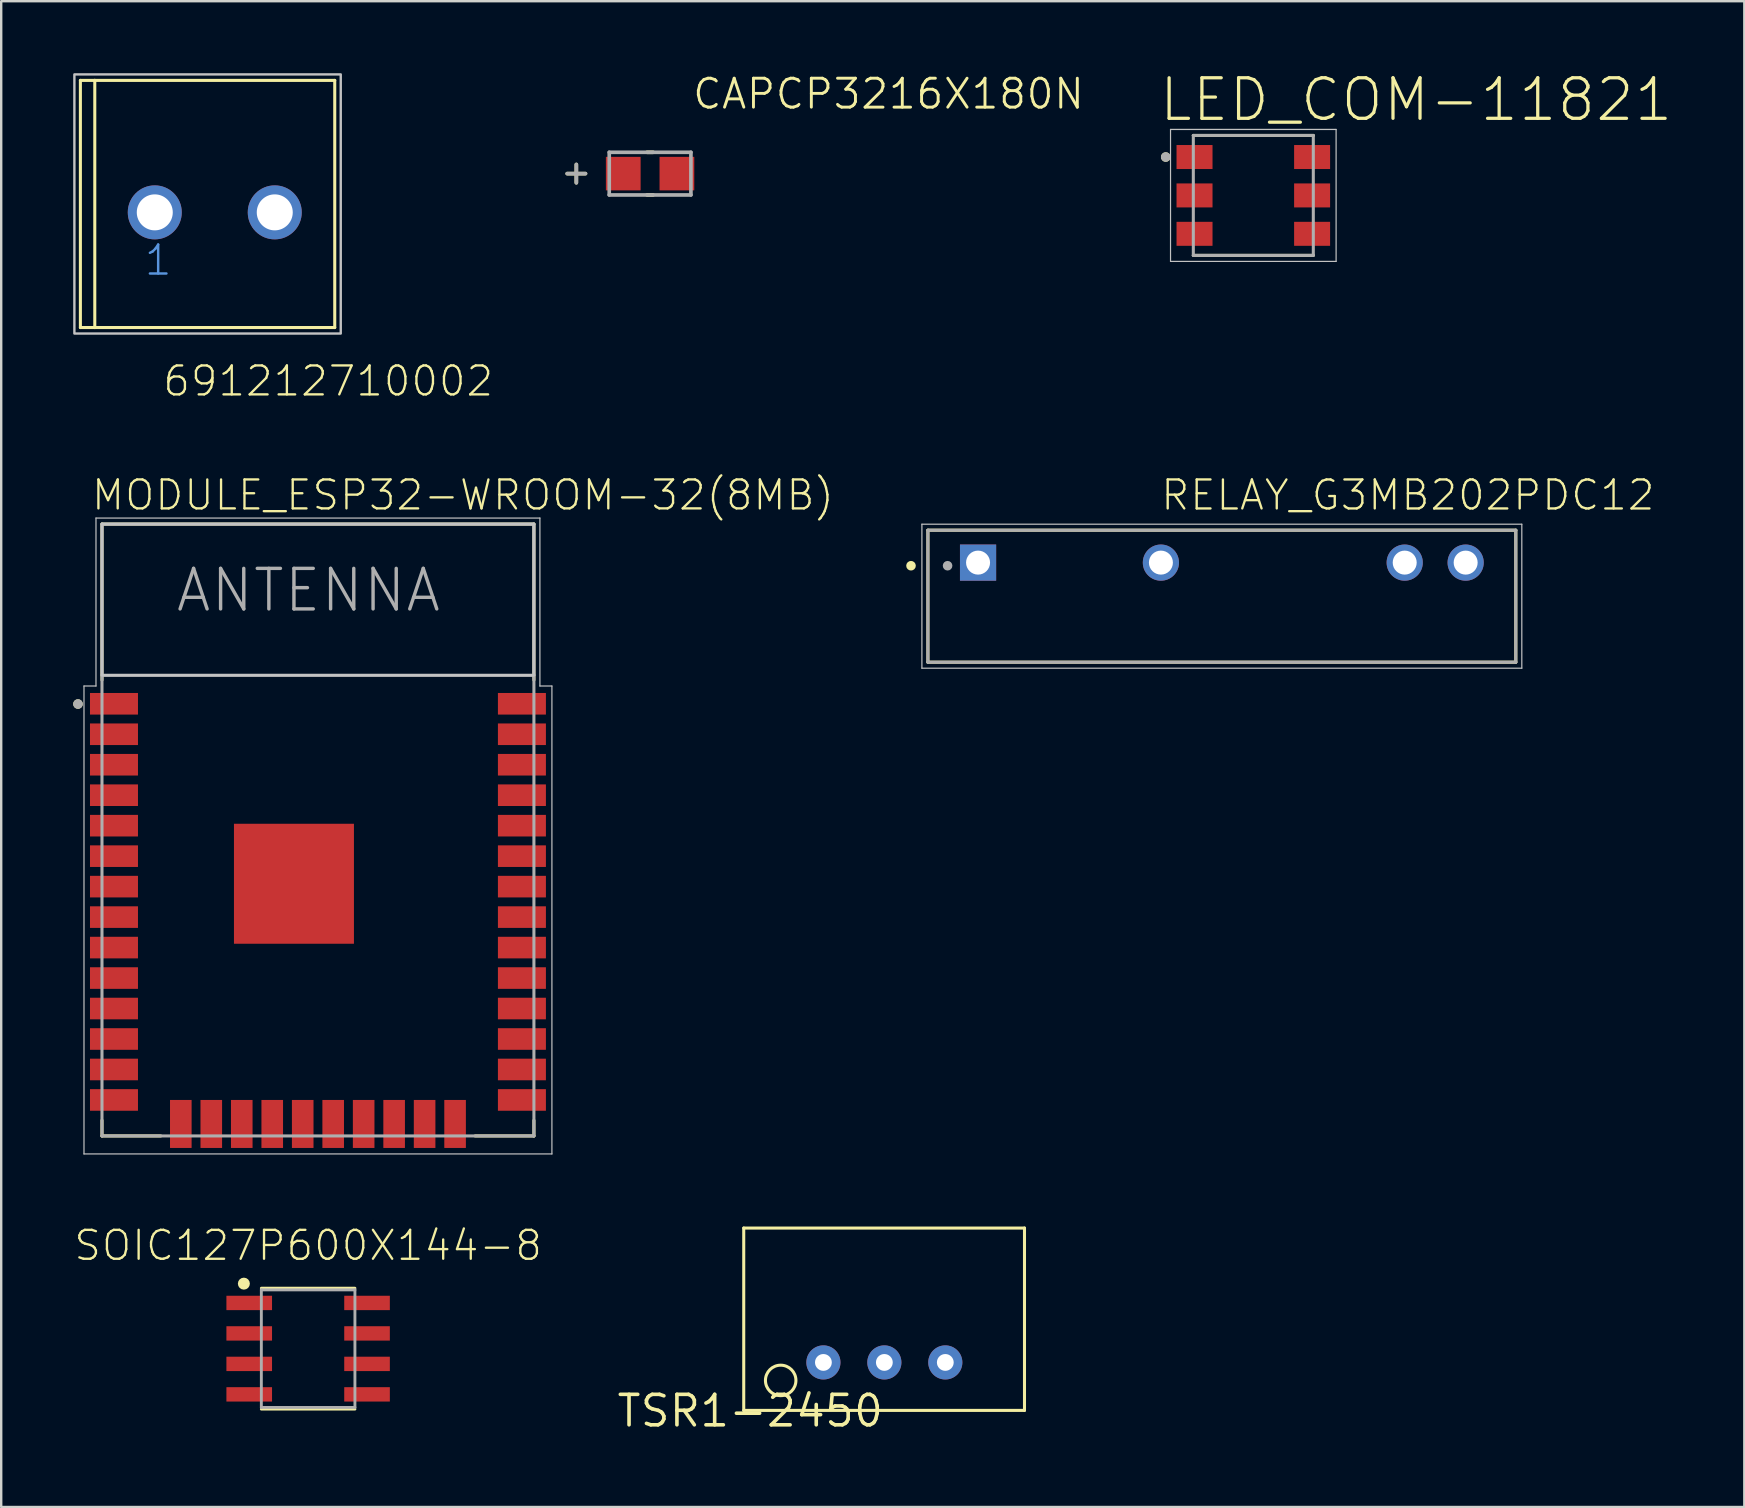
<source format=kicad_pcb>
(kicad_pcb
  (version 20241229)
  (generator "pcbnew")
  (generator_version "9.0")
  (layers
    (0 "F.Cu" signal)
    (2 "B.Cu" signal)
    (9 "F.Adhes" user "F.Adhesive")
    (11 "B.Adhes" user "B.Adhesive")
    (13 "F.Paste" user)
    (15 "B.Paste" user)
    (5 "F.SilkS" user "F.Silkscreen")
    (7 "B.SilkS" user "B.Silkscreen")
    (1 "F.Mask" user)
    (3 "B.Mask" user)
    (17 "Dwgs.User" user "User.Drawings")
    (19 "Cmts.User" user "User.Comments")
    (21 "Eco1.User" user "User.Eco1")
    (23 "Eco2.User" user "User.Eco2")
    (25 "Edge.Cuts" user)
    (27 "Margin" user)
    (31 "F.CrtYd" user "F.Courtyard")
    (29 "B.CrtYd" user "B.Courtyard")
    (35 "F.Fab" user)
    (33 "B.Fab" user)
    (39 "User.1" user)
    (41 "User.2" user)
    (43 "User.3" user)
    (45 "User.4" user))
  (footprint "RELAY_G3MB202PDC12"
    (layer "F.Cu")
    (at 47.869 21.796)
    (property "Reference" "RELAY_G3MB202PDC12" (at -2.608 -3.505 180) (layer "F.SilkS") (effects (font (size 1.208 1.208) (thickness 0.097)) (justify left bottom)))
    (attr through_hole)
    (fp_line (start -12.25 -2.75) (end -12.25 2.75) (stroke (width 0.127) (type solid)) (layer "F.SilkS"))
    (fp_line (start -12.25 2.75) (end 12.25 2.75) (stroke (width 0.127) (type solid)) (layer "F.SilkS"))
    (fp_line (start 12.25 -2.75) (end -12.25 -2.75) (stroke (width 0.127) (type solid)) (layer "F.SilkS"))
    (fp_line (start 12.25 2.75) (end 12.25 -2.75) (stroke (width 0.127) (type solid)) (layer "F.SilkS"))
    (fp_circle (center -12.954 -1.27) (end -12.854 -1.27) (stroke (width 0.2) (type solid)) (fill no) (layer "F.SilkS"))
    (fp_line (start -12.5 -3) (end 12.5 -3) (stroke (width 0.05) (type solid)) (layer "Dwgs.User"))
    (fp_line (start -12.5 3) (end -12.5 -3) (stroke (width 0.05) (type solid)) (layer "Dwgs.User"))
    (fp_line (start 12.5 -3) (end 12.5 3) (stroke (width 0.05) (type solid)) (layer "Dwgs.User"))
    (fp_line (start 12.5 3) (end -12.5 3) (stroke (width 0.05) (type solid)) (layer "Dwgs.User"))
    (fp_line (start -12.25 -2.75) (end -12.25 2.75) (stroke (width 0.127) (type solid)) (layer "F.Fab"))
    (fp_line (start -12.25 2.75) (end 12.25 2.75) (stroke (width 0.127) (type solid)) (layer "F.Fab"))
    (fp_line (start 12.25 -2.75) (end -12.25 -2.75) (stroke (width 0.127) (type solid)) (layer "F.Fab"))
    (fp_line (start 12.25 2.75) (end 12.25 -2.75) (stroke (width 0.127) (type solid)) (layer "F.Fab"))
    (fp_circle (center -11.43 -1.27) (end -11.33 -1.27) (stroke (width 0.2) (type solid)) (fill no) (layer "F.Fab"))
    (pad "1" thru_hole rect (at -10.16 -1.4 180) (size 1.508 1.508) (drill 1) (layers "*.Cu" "*.Mask"))
    (pad "2" thru_hole circle (at -2.54 -1.4 180) (size 1.508 1.508) (drill 1) (layers "*.Cu" "*.Mask"))
    (pad "3" thru_hole circle (at 7.62 -1.4 180) (size 1.508 1.508) (drill 1) (layers "*.Cu" "*.Mask"))
    (pad "4" thru_hole circle (at 10.16 -1.4 180) (size 1.508 1.508) (drill 1) (layers "*.Cu" "*.Mask")))
  (footprint "SOIC127P600X144-8"
    (layer "F.Cu")
    (at 9.791 53.153)
    (property "Reference" "SOIC127P600X144-8" (at 0 -3.594 0) (layer "F.SilkS") (effects (font (size 1.206 1.206) (thickness 0.097)) (justify bottom)))
    (attr through_hole)
    (fp_line (start -1.95 -2.519) (end 1.95 -2.519) (stroke (width 0.12) (type solid)) (layer "F.SilkS"))
    (fp_line (start -1.95 2.519) (end 1.95 2.519) (stroke (width 0.12) (type solid)) (layer "F.SilkS"))
    (fp_circle (center -2.678 -2.709) (end -2.553 -2.709) (stroke (width 0.25) (type solid)) (fill no) (layer "F.SilkS"))
    (fp_line (start -1.95 -2.45) (end 1.95 -2.45) (stroke (width 0.12) (type solid)) (layer "F.Fab"))
    (fp_line (start -1.95 2.45) (end -1.95 -2.45) (stroke (width 0.12) (type solid)) (layer "F.Fab"))
    (fp_line (start 1.95 -2.45) (end 1.95 2.45) (stroke (width 0.12) (type solid)) (layer "F.Fab"))
    (fp_line (start 1.95 2.45) (end -1.95 2.45) (stroke (width 0.12) (type solid)) (layer "F.Fab"))
    (pad "1" smd rect (at -2.455 -1.905) (size 1.901 0.599) (layers "F.Cu" "F.Mask" "F.Paste"))
    (pad "2" smd rect (at -2.455 -0.635) (size 1.901 0.599) (layers "F.Cu" "F.Mask" "F.Paste"))
    (pad "3" smd rect (at -2.455 0.635) (size 1.901 0.599) (layers "F.Cu" "F.Mask" "F.Paste"))
    (pad "4" smd rect (at -2.455 1.905) (size 1.901 0.599) (layers "F.Cu" "F.Mask" "F.Paste"))
    (pad "5" smd rect (at 2.455 1.905) (size 1.901 0.599) (layers "F.Cu" "F.Mask" "F.Paste"))
    (pad "6" smd rect (at 2.455 0.635) (size 1.901 0.599) (layers "F.Cu" "F.Mask" "F.Paste"))
    (pad "7" smd rect (at 2.455 -0.635) (size 1.901 0.599) (layers "F.Cu" "F.Mask" "F.Paste"))
    (pad "8" smd rect (at 2.455 -1.905) (size 1.901 0.599) (layers "F.Cu" "F.Mask" "F.Paste")))
  (footprint "TSR1-2450"
    (layer "F.Cu")
    (at 28.214 55.747)
    (property "Reference" "TSR1-2450" (at 0 0 0) (layer "F.SilkS") (effects (font (size 1.27 1.27) (thickness 0.15))))
    (attr through_hole)
    (fp_line (start -0.27 -7.62) (end 11.43 -7.62) (stroke (width 0.127) (type solid)) (layer "F.SilkS"))
    (fp_line (start -0.27 -0.02) (end -0.27 -7.62) (stroke (width 0.127) (type solid)) (layer "F.SilkS"))
    (fp_line (start 11.43 -7.62) (end 11.43 -0.02) (stroke (width 0.127) (type solid)) (layer "F.SilkS"))
    (fp_line (start 11.43 -0.02) (end -0.27 -0.02) (stroke (width 0.127) (type solid)) (layer "F.SilkS"))
    (fp_circle (center 1.27 -1.27) (end 1.905 -1.27) (stroke (width 0.127) (type solid)) (fill no) (layer "F.SilkS"))
    (pad "1" thru_hole circle (at 3.05 -2.02 180) (size 1.422 1.422) (drill 0.7) (layers "*.Cu" "*.Mask"))
    (pad "2" thru_hole circle (at 5.59 -2.02 180) (size 1.422 1.422) (drill 0.7) (layers "*.Cu" "*.Mask"))
    (pad "3" thru_hole circle (at 8.13 -2.02 180) (size 1.422 1.422) (drill 0.7) (layers "*.Cu" "*.Mask")))
  (footprint "691212710002"
    (layer "F.Cu")
    (at 5.9 5.8)
    (property "Reference" "691212710002" (at -2.227 7.738 180) (layer "F.SilkS") (effects (font (size 1.206 1.206) (thickness 0.097)) (justify left bottom)))
    (attr through_hole)
    (fp_line (start -5.6 -5.5) (end -5.6 4.8) (stroke (width 0.127) (type solid)) (layer "F.SilkS"))
    (fp_line (start -5.6 4.8) (end -5 4.8) (stroke (width 0.127) (type solid)) (layer "F.SilkS"))
    (fp_line (start -5 -5.5) (end -5.6 -5.5) (stroke (width 0.127) (type solid)) (layer "F.SilkS"))
    (fp_line (start -5 -5.5) (end -5 4.8) (stroke (width 0.127) (type solid)) (layer "F.SilkS"))
    (fp_line (start -5 4.8) (end 5 4.8) (stroke (width 0.127) (type solid)) (layer "F.SilkS"))
    (fp_line (start 5 -5.5) (end -5 -5.5) (stroke (width 0.127) (type solid)) (layer "F.SilkS"))
    (fp_line (start 5 4.8) (end 5 -5.5) (stroke (width 0.127) (type solid)) (layer "F.SilkS"))
    (fp_poly (pts (xy -5.85 -5.75) (xy 5.25 -5.75) (xy 5.25 5.05) (xy -5.85 5.05)) (stroke (width 0.1) (type solid)) (fill no) (layer "Dwgs.User"))
    (fp_text user "1" (at -3 2.7 0) (layer "Cmts.User") (effects (font (size 1.206 1.206) (thickness 0.102)) (justify left bottom)))
    (pad "1" thru_hole circle (at -2.5 0) (size 2.25 2.25) (drill 1.5) (layers "*.Cu" "*.Mask"))
    (pad "2" thru_hole circle (at 2.5 0) (size 2.25 2.25) (drill 1.5) (layers "*.Cu" "*.Mask")))
  (footprint "CAPCP3216X180N"
    (layer "F.Cu")
    (at 24.041 4.185)
    (property "Reference" "CAPCP3216X180N" (at 1.702 -2.616 180) (layer "F.SilkS") (effects (font (size 1.206 1.206) (thickness 0.121)) (justify left bottom)))
    (attr through_hole)
    (fp_line (start -3.073 -0.381) (end -3.073 0.381) (stroke (width 0.152) (type solid)) (layer "F.SilkS"))
    (fp_line (start -2.692 0) (end -3.454 0) (stroke (width 0.152) (type solid)) (layer "F.SilkS"))
    (fp_line (start -0.127 0.889) (end 0.127 0.889) (stroke (width 0.152) (type solid)) (layer "F.SilkS"))
    (fp_line (start 0.127 -0.889) (end -0.127 -0.889) (stroke (width 0.152) (type solid)) (layer "F.SilkS"))
    (fp_line (start -3.073 -0.381) (end -3.073 0.381) (stroke (width 0.152) (type solid)) (layer "F.Fab"))
    (fp_line (start -2.692 0) (end -3.454 0) (stroke (width 0.152) (type solid)) (layer "F.Fab"))
    (fp_line (start -1.702 -0.889) (end -1.702 0.889) (stroke (width 0.152) (type solid)) (layer "F.Fab"))
    (fp_line (start -1.702 0.889) (end 1.702 0.889) (stroke (width 0.152) (type solid)) (layer "F.Fab"))
    (fp_line (start 1.702 -0.889) (end -1.702 -0.889) (stroke (width 0.152) (type solid)) (layer "F.Fab"))
    (fp_line (start 1.702 0.889) (end 1.702 -0.889) (stroke (width 0.152) (type solid)) (layer "F.Fab"))
    (pad "1" smd rect (at -1.118 0 90) (size 1.397 1.448) (layers "F.Cu" "F.Mask" "F.Paste"))
    (pad "2" smd rect (at 1.118 0 90) (size 1.397 1.448) (layers "F.Cu" "F.Mask" "F.Paste")))
  (footprint "MODULE_ESP32-WROOM-32(8MB)"
    (layer "F.Cu")
    (at 10.2 31.539)
    (property "Reference" "MODULE_ESP32-WROOM-32(8MB)" (at -9.5 -13.25 180) (layer "F.SilkS") (effects (font (size 1.206 1.206) (thickness 0.097)) (justify left bottom)))
    (attr through_hole)
    (fp_line (start -9 -12.75) (end 9 -12.75) (stroke (width 0.127) (type solid)) (layer "F.SilkS"))
    (fp_line (start -9 -6.25) (end -9 -12.75) (stroke (width 0.127) (type solid)) (layer "F.SilkS"))
    (fp_line (start -9 12.1) (end -9 12.75) (stroke (width 0.127) (type solid)) (layer "F.SilkS"))
    (fp_line (start -9 12.75) (end -6.55 12.75) (stroke (width 0.127) (type solid)) (layer "F.SilkS"))
    (fp_line (start 6.55 12.75) (end 9 12.75) (stroke (width 0.127) (type solid)) (layer "F.SilkS"))
    (fp_line (start 9 -12.75) (end 9 -6.25) (stroke (width 0.127) (type solid)) (layer "F.SilkS"))
    (fp_line (start 9 12.75) (end 9 12.1) (stroke (width 0.127) (type solid)) (layer "F.SilkS"))
    (fp_circle (center -10 -5.25) (end -9.9 -5.25) (stroke (width 0.2) (type solid)) (fill no) (layer "F.SilkS"))
    (fp_poly (pts (xy -3.04 1.78) (xy -1.46 1.78) (xy -1.46 0.2) (xy -3.04 0.2)) (stroke (width 0) (type solid)) (fill yes) (layer "F.Paste"))
    (fp_poly (pts (xy -3.04 4.28) (xy -1.46 4.28) (xy -1.46 2.7) (xy -3.04 2.7)) (stroke (width 0) (type solid)) (fill yes) (layer "F.Paste"))
    (fp_poly (pts (xy -0.54 1.78) (xy 1.04 1.78) (xy 1.04 0.2) (xy -0.54 0.2)) (stroke (width 0) (type solid)) (fill yes) (layer "F.Paste"))
    (fp_poly (pts (xy -0.54 4.28) (xy 1.04 4.28) (xy 1.04 2.7) (xy -0.54 2.7)) (stroke (width 0) (type solid)) (fill yes) (layer "F.Paste"))
    (fp_line (start -9.75 -6) (end -9.25 -6) (stroke (width 0.05) (type solid)) (layer "Dwgs.User"))
    (fp_line (start -9.75 13.5) (end -9.75 -6) (stroke (width 0.05) (type solid)) (layer "Dwgs.User"))
    (fp_line (start -9.25 -13) (end 9.25 -13) (stroke (width 0.05) (type solid)) (layer "Dwgs.User"))
    (fp_line (start -9.25 -6) (end -9.25 -13) (stroke (width 0.05) (type solid)) (layer "Dwgs.User"))
    (fp_line (start 9.25 -13) (end 9.25 -6) (stroke (width 0.05) (type solid)) (layer "Dwgs.User"))
    (fp_line (start 9.25 -6) (end 9.75 -6) (stroke (width 0.05) (type solid)) (layer "Dwgs.User"))
    (fp_line (start 9.75 -6) (end 9.75 13.5) (stroke (width 0.05) (type solid)) (layer "Dwgs.User"))
    (fp_line (start 9.75 13.5) (end -9.75 13.5) (stroke (width 0.05) (type solid)) (layer "Dwgs.User"))
    (fp_poly (pts (xy -9 -6.45) (xy 9 -6.45) (xy 9 -12.75) (xy -9 -12.75)) (stroke (width 0.1) (type solid)) (fill no) (layer "Dwgs.User"))
    (fp_poly (pts (xy -9 -6.45) (xy 9 -6.45) (xy 9 -12.75) (xy -9 -12.75)) (stroke (width 0.1) (type solid)) (fill no) (layer "Dwgs.User"))
    (fp_line (start -9 -12.75) (end -9 -6.45) (stroke (width 0.127) (type solid)) (layer "F.Fab"))
    (fp_line (start -9 -12.75) (end 9 -12.75) (stroke (width 0.127) (type solid)) (layer "F.Fab"))
    (fp_line (start -9 -6.45) (end 9 -6.45) (stroke (width 0.127) (type solid)) (layer "F.Fab"))
    (fp_line (start -9 12.75) (end -9 -6.45) (stroke (width 0.127) (type solid)) (layer "F.Fab"))
    (fp_line (start 9 -12.75) (end 9 -6.45) (stroke (width 0.127) (type solid)) (layer "F.Fab"))
    (fp_line (start 9 -6.45) (end 9 12.75) (stroke (width 0.127) (type solid)) (layer "F.Fab"))
    (fp_line (start 9 12.75) (end -9 12.75) (stroke (width 0.127) (type solid)) (layer "F.Fab"))
    (fp_circle (center -10 -5.25) (end -9.9 -5.25) (stroke (width 0.2) (type solid)) (fill no) (layer "F.Fab"))
    (fp_text user "ANTENNA" (at -6 -9 0) (layer "F.Fab") (effects (font (size 1.689 1.689) (thickness 0.142)) (justify left bottom)))
    (pad "1" smd rect (at -8.5 -5.26) (size 2 0.9) (layers "F.Cu" "F.Mask" "F.Paste"))
    (pad "2" smd rect (at -8.5 -3.99) (size 2 0.9) (layers "F.Cu" "F.Mask" "F.Paste"))
    (pad "3" smd rect (at -8.5 -2.72) (size 2 0.9) (layers "F.Cu" "F.Mask" "F.Paste"))
    (pad "4" smd rect (at -8.5 -1.45) (size 2 0.9) (layers "F.Cu" "F.Mask" "F.Paste"))
    (pad "5" smd rect (at -8.5 -0.18) (size 2 0.9) (layers "F.Cu" "F.Mask" "F.Paste"))
    (pad "6" smd rect (at -8.5 1.09) (size 2 0.9) (layers "F.Cu" "F.Mask" "F.Paste"))
    (pad "7" smd rect (at -8.5 2.36) (size 2 0.9) (layers "F.Cu" "F.Mask" "F.Paste"))
    (pad "8" smd rect (at -8.5 3.63) (size 2 0.9) (layers "F.Cu" "F.Mask" "F.Paste"))
    (pad "9" smd rect (at -8.5 4.9) (size 2 0.9) (layers "F.Cu" "F.Mask" "F.Paste"))
    (pad "10" smd rect (at -8.5 6.17) (size 2 0.9) (layers "F.Cu" "F.Mask" "F.Paste"))
    (pad "11" smd rect (at -8.5 7.44) (size 2 0.9) (layers "F.Cu" "F.Mask" "F.Paste"))
    (pad "12" smd rect (at -8.5 8.71) (size 2 0.9) (layers "F.Cu" "F.Mask" "F.Paste"))
    (pad "13" smd rect (at -8.5 9.98) (size 2 0.9) (layers "F.Cu" "F.Mask" "F.Paste"))
    (pad "14" smd rect (at -8.5 11.25) (size 2 0.9) (layers "F.Cu" "F.Mask" "F.Paste"))
    (pad "15" smd rect (at -5.715 12.25) (size 0.9 2) (layers "F.Cu" "F.Mask" "F.Paste"))
    (pad "16" smd rect (at -4.445 12.25) (size 0.9 2) (layers "F.Cu" "F.Mask" "F.Paste"))
    (pad "17" smd rect (at -3.175 12.25) (size 0.9 2) (layers "F.Cu" "F.Mask" "F.Paste"))
    (pad "18" smd rect (at -1.905 12.25) (size 0.9 2) (layers "F.Cu" "F.Mask" "F.Paste"))
    (pad "19" smd rect (at -0.635 12.25) (size 0.9 2) (layers "F.Cu" "F.Mask" "F.Paste"))
    (pad "20" smd rect (at 0.635 12.25) (size 0.9 2) (layers "F.Cu" "F.Mask" "F.Paste"))
    (pad "21" smd rect (at 1.905 12.25) (size 0.9 2) (layers "F.Cu" "F.Mask" "F.Paste"))
    (pad "22" smd rect (at 3.175 12.25) (size 0.9 2) (layers "F.Cu" "F.Mask" "F.Paste"))
    (pad "23" smd rect (at 4.445 12.25) (size 0.9 2) (layers "F.Cu" "F.Mask" "F.Paste"))
    (pad "24" smd rect (at 5.715 12.25) (size 0.9 2) (layers "F.Cu" "F.Mask" "F.Paste"))
    (pad "25" smd rect (at 8.5 11.25) (size 2 0.9) (layers "F.Cu" "F.Mask" "F.Paste"))
    (pad "26" smd rect (at 8.5 9.98) (size 2 0.9) (layers "F.Cu" "F.Mask" "F.Paste"))
    (pad "27" smd rect (at 8.5 8.71) (size 2 0.9) (layers "F.Cu" "F.Mask" "F.Paste"))
    (pad "28" smd rect (at 8.5 7.44) (size 2 0.9) (layers "F.Cu" "F.Mask" "F.Paste"))
    (pad "29" smd rect (at 8.5 6.17) (size 2 0.9) (layers "F.Cu" "F.Mask" "F.Paste"))
    (pad "30" smd rect (at 8.5 4.9) (size 2 0.9) (layers "F.Cu" "F.Mask" "F.Paste"))
    (pad "31" smd rect (at 8.5 3.63) (size 2 0.9) (layers "F.Cu" "F.Mask" "F.Paste"))
    (pad "32" smd rect (at 8.5 2.36) (size 2 0.9) (layers "F.Cu" "F.Mask" "F.Paste"))
    (pad "33" smd rect (at 8.5 1.09) (size 2 0.9) (layers "F.Cu" "F.Mask" "F.Paste"))
    (pad "34" smd rect (at 8.5 -0.18) (size 2 0.9) (layers "F.Cu" "F.Mask" "F.Paste"))
    (pad "35" smd rect (at 8.5 -1.45) (size 2 0.9) (layers "F.Cu" "F.Mask" "F.Paste"))
    (pad "36" smd rect (at 8.5 -2.72) (size 2 0.9) (layers "F.Cu" "F.Mask" "F.Paste"))
    (pad "37" smd rect (at 8.5 -3.99) (size 2 0.9) (layers "F.Cu" "F.Mask" "F.Paste"))
    (pad "38" smd rect (at 8.5 -5.26) (size 2 0.9) (layers "F.Cu" "F.Mask" "F.Paste"))
    (pad "39" smd rect (at -1 2.24) (size 5 5) (layers "F.Cu" "F.Mask")))
  (footprint "LED_COM-11821"
    (layer "F.Cu")
    (at 49.18 5.094)
    (property "Reference" "LED_COM-11821" (at -4 -3 0) (layer "F.SilkS") (effects (font (size 1.689 1.689) (thickness 0.135)) (justify left bottom)))
    (attr through_hole)
    (fp_line (start -2.5 -2.5) (end 2.5 -2.5) (stroke (width 0.127) (type solid)) (layer "F.SilkS"))
    (fp_line (start 2.5 2.5) (end -2.5 2.5) (stroke (width 0.127) (type solid)) (layer "F.SilkS"))
    (fp_circle (center -3.65 -1.6) (end -3.55 -1.6) (stroke (width 0.2) (type solid)) (fill no) (layer "F.SilkS"))
    (fp_line (start -3.45 -2.75) (end 3.45 -2.75) (stroke (width 0.05) (type solid)) (layer "Dwgs.User"))
    (fp_line (start -3.45 2.75) (end -3.45 -2.75) (stroke (width 0.05) (type solid)) (layer "Dwgs.User"))
    (fp_line (start 3.45 -2.75) (end 3.45 2.75) (stroke (width 0.05) (type solid)) (layer "Dwgs.User"))
    (fp_line (start 3.45 2.75) (end -3.45 2.75) (stroke (width 0.05) (type solid)) (layer "Dwgs.User"))
    (fp_line (start -2.5 -2.5) (end 2.5 -2.5) (stroke (width 0.127) (type solid)) (layer "F.Fab"))
    (fp_line (start -2.5 2.5) (end -2.5 -2.5) (stroke (width 0.127) (type solid)) (layer "F.Fab"))
    (fp_line (start 2.5 -2.5) (end 2.5 2.5) (stroke (width 0.127) (type solid)) (layer "F.Fab"))
    (fp_line (start 2.5 2.5) (end -2.5 2.5) (stroke (width 0.127) (type solid)) (layer "F.Fab"))
    (fp_circle (center -3.65 -1.6) (end -3.55 -1.6) (stroke (width 0.2) (type solid)) (fill no) (layer "F.Fab"))
    (pad "1" smd rect (at -2.45 -1.6) (size 1.5 1) (layers "F.Cu" "F.Mask" "F.Paste"))
    (pad "2" smd rect (at -2.45 0) (size 1.5 1) (layers "F.Cu" "F.Mask" "F.Paste"))
    (pad "3" smd rect (at -2.45 1.6) (size 1.5 1) (layers "F.Cu" "F.Mask" "F.Paste"))
    (pad "4" smd rect (at 2.45 1.6 180) (size 1.5 1) (layers "F.Cu" "F.Mask" "F.Paste"))
    (pad "5" smd rect (at 2.45 0 180) (size 1.5 1) (layers "F.Cu" "F.Mask" "F.Paste"))
    (pad "6" smd rect (at 2.45 -1.6 180) (size 1.5 1) (layers "F.Cu" "F.Mask" "F.Paste")))
  (gr_rect
    (start -3 -3)
    (end 69.642 59.753)
    (stroke (width 0.1) (type default))
    (fill no)
    (layer "Edge.Cuts")))
</source>
